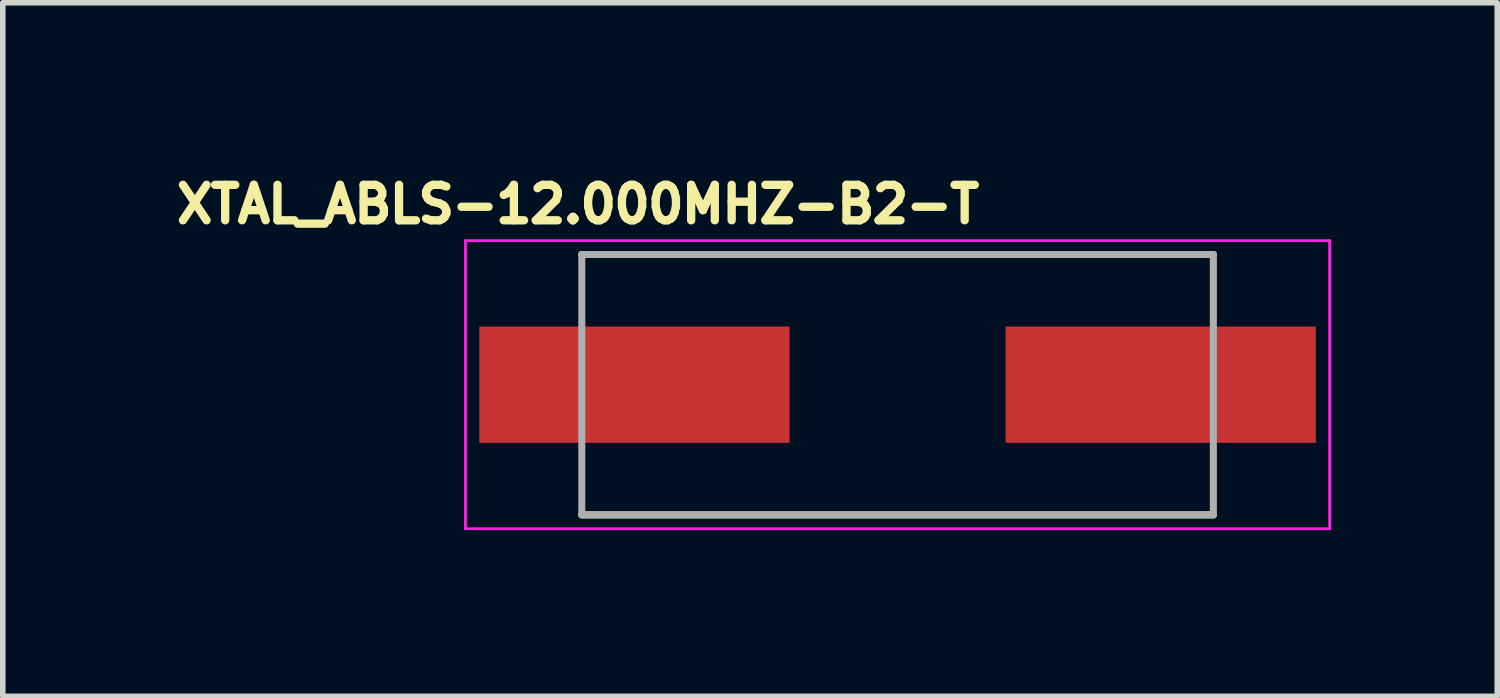
<source format=kicad_pcb>
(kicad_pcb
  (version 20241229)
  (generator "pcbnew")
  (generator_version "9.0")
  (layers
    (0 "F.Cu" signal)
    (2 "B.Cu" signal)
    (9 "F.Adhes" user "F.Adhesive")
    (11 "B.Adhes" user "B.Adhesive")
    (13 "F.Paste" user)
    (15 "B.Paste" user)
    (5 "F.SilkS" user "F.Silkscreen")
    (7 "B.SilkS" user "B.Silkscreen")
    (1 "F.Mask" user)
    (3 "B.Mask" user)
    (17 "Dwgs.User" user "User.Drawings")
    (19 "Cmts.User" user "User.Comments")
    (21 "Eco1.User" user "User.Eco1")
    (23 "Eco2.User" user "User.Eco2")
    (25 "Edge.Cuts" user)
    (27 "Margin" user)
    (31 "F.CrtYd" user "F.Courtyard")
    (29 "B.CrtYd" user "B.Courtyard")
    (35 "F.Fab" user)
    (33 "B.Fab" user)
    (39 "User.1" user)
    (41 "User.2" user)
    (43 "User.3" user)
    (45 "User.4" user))
  (footprint "XTAL_ABLS-12.000MHZ-B2-T"
    (layer "F.Cu")
    (at 13.152 3.894)
    (property "Reference" "XTAL_ABLS-12.000MHZ-B2-T" (at -5.768 -3.256 0) (layer "F.SilkS") (effects (font (size 0.64 0.64) (thickness 0.15))))
    (attr smd)
    (fp_line (start -5.7 -2.35) (end 5.7 -2.35) (stroke (width 0.127) (type solid)) (layer "F.SilkS"))
    (fp_line (start -5.7 2.35) (end 5.7 2.35) (stroke (width 0.127) (type solid)) (layer "F.SilkS"))
    (fp_line (start -7.8 -2.6) (end -7.8 2.6) (stroke (width 0.05) (type solid)) (layer "F.CrtYd"))
    (fp_line (start -7.8 2.6) (end 7.8 2.6) (stroke (width 0.05) (type solid)) (layer "F.CrtYd"))
    (fp_line (start 7.8 -2.6) (end -7.8 -2.6) (stroke (width 0.05) (type solid)) (layer "F.CrtYd"))
    (fp_line (start 7.8 2.6) (end 7.8 -2.6) (stroke (width 0.05) (type solid)) (layer "F.CrtYd"))
    (fp_line (start -5.7 -2.35) (end -5.7 2.35) (stroke (width 0.127) (type solid)) (layer "F.Fab"))
    (fp_line (start -5.7 -2.35) (end 5.7 -2.35) (stroke (width 0.127) (type solid)) (layer "F.Fab"))
    (fp_line (start -5.7 2.35) (end 5.7 2.35) (stroke (width 0.127) (type solid)) (layer "F.Fab"))
    (fp_line (start 5.7 -2.35) (end 5.7 2.35) (stroke (width 0.127) (type solid)) (layer "F.Fab"))
    (pad "1" smd rect (at -4.75 0) (size 5.6 2.1) (layers "F.Cu" "F.Mask" "F.Paste"))
    (pad "2" smd rect (at 4.75 0) (size 5.6 2.1) (layers "F.Cu" "F.Mask" "F.Paste")))
  (gr_rect
    (start -3 -3)
    (end 23.977 9.519)
    (stroke (width 0.1) (type default))
    (fill no)
    (layer "Edge.Cuts")))
</source>
